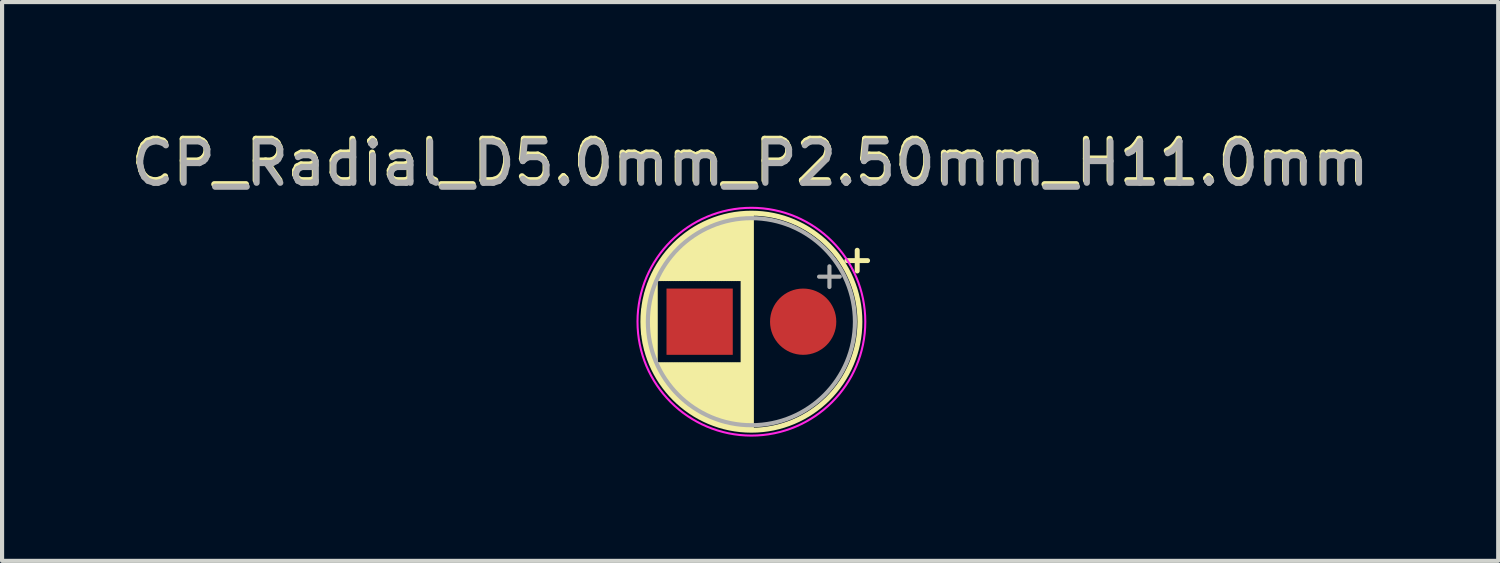
<source format=kicad_pcb>
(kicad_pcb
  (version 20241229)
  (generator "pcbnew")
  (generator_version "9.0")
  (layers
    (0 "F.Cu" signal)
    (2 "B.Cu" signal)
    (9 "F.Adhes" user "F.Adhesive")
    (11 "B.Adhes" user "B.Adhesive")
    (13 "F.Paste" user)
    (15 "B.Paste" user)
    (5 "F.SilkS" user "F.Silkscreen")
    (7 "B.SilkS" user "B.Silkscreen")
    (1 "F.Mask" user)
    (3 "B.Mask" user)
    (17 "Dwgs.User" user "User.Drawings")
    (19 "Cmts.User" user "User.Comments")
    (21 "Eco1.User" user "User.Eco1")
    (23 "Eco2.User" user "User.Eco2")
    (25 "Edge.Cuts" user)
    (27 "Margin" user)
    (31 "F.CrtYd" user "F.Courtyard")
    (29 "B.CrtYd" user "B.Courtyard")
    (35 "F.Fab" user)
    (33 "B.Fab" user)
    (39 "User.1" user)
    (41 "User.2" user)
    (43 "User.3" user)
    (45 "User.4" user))
  (footprint "CP_Radial_D5.0mm_P2.50mm_H11.0mm"
    (layer "F.Cu")
    (at 13.804 4.718)
    (property "Reference" "CP_Radial_D5.0mm_P2.50mm_H11.0mm" (at 1.25 -3.87 0) (layer "F.SilkS") (effects (font (size 1 1) (thickness 0.15))))
    (attr through_hole)
    (fp_line (start -1.311 -0.284) (end -1.311 0.284) (stroke (width 0.12) (type solid)) (layer "F.SilkS"))
    (fp_line (start -1.271 -0.518) (end -1.271 0.518) (stroke (width 0.12) (type solid)) (layer "F.SilkS"))
    (fp_line (start -1.231 -0.677) (end -1.231 0.677) (stroke (width 0.12) (type solid)) (layer "F.SilkS"))
    (fp_line (start -1.191 -0.805) (end -1.191 0.805) (stroke (width 0.12) (type solid)) (layer "F.SilkS"))
    (fp_line (start -1.151 -0.915) (end -1.151 0.915) (stroke (width 0.12) (type solid)) (layer "F.SilkS"))
    (fp_line (start -1.111 -1.011) (end -1.111 1.011) (stroke (width 0.12) (type solid)) (layer "F.SilkS"))
    (fp_line (start -1.071 -1.098) (end -1.071 1.098) (stroke (width 0.12) (type solid)) (layer "F.SilkS"))
    (fp_line (start -1.031 -1.178) (end -1.031 1.178) (stroke (width 0.12) (type solid)) (layer "F.SilkS"))
    (fp_line (start -0.991 -1.251) (end -0.991 -1.04) (stroke (width 0.12) (type solid)) (layer "F.SilkS"))
    (fp_line (start -0.991 1.04) (end -0.991 1.251) (stroke (width 0.12) (type solid)) (layer "F.SilkS"))
    (fp_line (start -0.951 -1.319) (end -0.951 -1.04) (stroke (width 0.12) (type solid)) (layer "F.SilkS"))
    (fp_line (start -0.951 1.04) (end -0.951 1.319) (stroke (width 0.12) (type solid)) (layer "F.SilkS"))
    (fp_line (start -0.911 -1.383) (end -0.911 -1.04) (stroke (width 0.12) (type solid)) (layer "F.SilkS"))
    (fp_line (start -0.911 1.04) (end -0.911 1.383) (stroke (width 0.12) (type solid)) (layer "F.SilkS"))
    (fp_line (start -0.871 -1.443) (end -0.871 -1.04) (stroke (width 0.12) (type solid)) (layer "F.SilkS"))
    (fp_line (start -0.871 1.04) (end -0.871 1.443) (stroke (width 0.12) (type solid)) (layer "F.SilkS"))
    (fp_line (start -0.831 -1.5) (end -0.831 -1.04) (stroke (width 0.12) (type solid)) (layer "F.SilkS"))
    (fp_line (start -0.831 1.04) (end -0.831 1.5) (stroke (width 0.12) (type solid)) (layer "F.SilkS"))
    (fp_line (start -0.791 -1.554) (end -0.791 -1.04) (stroke (width 0.12) (type solid)) (layer "F.SilkS"))
    (fp_line (start -0.791 1.04) (end -0.791 1.554) (stroke (width 0.12) (type solid)) (layer "F.SilkS"))
    (fp_line (start -0.751 -1.605) (end -0.751 -1.04) (stroke (width 0.12) (type solid)) (layer "F.SilkS"))
    (fp_line (start -0.751 1.04) (end -0.751 1.605) (stroke (width 0.12) (type solid)) (layer "F.SilkS"))
    (fp_line (start -0.711 -1.653) (end -0.711 -1.04) (stroke (width 0.12) (type solid)) (layer "F.SilkS"))
    (fp_line (start -0.711 1.04) (end -0.711 1.653) (stroke (width 0.12) (type solid)) (layer "F.SilkS"))
    (fp_line (start -0.671 -1.699) (end -0.671 -1.04) (stroke (width 0.12) (type solid)) (layer "F.SilkS"))
    (fp_line (start -0.671 1.04) (end -0.671 1.699) (stroke (width 0.12) (type solid)) (layer "F.SilkS"))
    (fp_line (start -0.631 -1.743) (end -0.631 -1.04) (stroke (width 0.12) (type solid)) (layer "F.SilkS"))
    (fp_line (start -0.631 1.04) (end -0.631 1.743) (stroke (width 0.12) (type solid)) (layer "F.SilkS"))
    (fp_line (start -0.591 -1.785) (end -0.591 -1.04) (stroke (width 0.12) (type solid)) (layer "F.SilkS"))
    (fp_line (start -0.591 1.04) (end -0.591 1.785) (stroke (width 0.12) (type solid)) (layer "F.SilkS"))
    (fp_line (start -0.551 -1.826) (end -0.551 -1.04) (stroke (width 0.12) (type solid)) (layer "F.SilkS"))
    (fp_line (start -0.551 1.04) (end -0.551 1.826) (stroke (width 0.12) (type solid)) (layer "F.SilkS"))
    (fp_line (start -0.511 -1.864) (end -0.511 -1.04) (stroke (width 0.12) (type solid)) (layer "F.SilkS"))
    (fp_line (start -0.511 1.04) (end -0.511 1.864) (stroke (width 0.12) (type solid)) (layer "F.SilkS"))
    (fp_line (start -0.471 -1.901) (end -0.471 -1.04) (stroke (width 0.12) (type solid)) (layer "F.SilkS"))
    (fp_line (start -0.471 1.04) (end -0.471 1.901) (stroke (width 0.12) (type solid)) (layer "F.SilkS"))
    (fp_line (start -0.431 -1.937) (end -0.431 -1.04) (stroke (width 0.12) (type solid)) (layer "F.SilkS"))
    (fp_line (start -0.431 1.04) (end -0.431 1.937) (stroke (width 0.12) (type solid)) (layer "F.SilkS"))
    (fp_line (start -0.391 -1.971) (end -0.391 -1.04) (stroke (width 0.12) (type solid)) (layer "F.SilkS"))
    (fp_line (start -0.391 1.04) (end -0.391 1.971) (stroke (width 0.12) (type solid)) (layer "F.SilkS"))
    (fp_line (start -0.351 -2.004) (end -0.351 -1.04) (stroke (width 0.12) (type solid)) (layer "F.SilkS"))
    (fp_line (start -0.351 1.04) (end -0.351 2.004) (stroke (width 0.12) (type solid)) (layer "F.SilkS"))
    (fp_line (start -0.311 -2.035) (end -0.311 -1.04) (stroke (width 0.12) (type solid)) (layer "F.SilkS"))
    (fp_line (start -0.311 1.04) (end -0.311 2.035) (stroke (width 0.12) (type solid)) (layer "F.SilkS"))
    (fp_line (start -0.271 -2.065) (end -0.271 -1.04) (stroke (width 0.12) (type solid)) (layer "F.SilkS"))
    (fp_line (start -0.271 1.04) (end -0.271 2.065) (stroke (width 0.12) (type solid)) (layer "F.SilkS"))
    (fp_line (start -0.231 -2.095) (end -0.231 -1.04) (stroke (width 0.12) (type solid)) (layer "F.SilkS"))
    (fp_line (start -0.231 1.04) (end -0.231 2.095) (stroke (width 0.12) (type solid)) (layer "F.SilkS"))
    (fp_line (start -0.191 -2.122) (end -0.191 -1.04) (stroke (width 0.12) (type solid)) (layer "F.SilkS"))
    (fp_line (start -0.191 1.04) (end -0.191 2.122) (stroke (width 0.12) (type solid)) (layer "F.SilkS"))
    (fp_line (start -0.151 -2.149) (end -0.151 -1.04) (stroke (width 0.12) (type solid)) (layer "F.SilkS"))
    (fp_line (start -0.151 1.04) (end -0.151 2.149) (stroke (width 0.12) (type solid)) (layer "F.SilkS"))
    (fp_line (start -0.111 -2.175) (end -0.111 -1.04) (stroke (width 0.12) (type solid)) (layer "F.SilkS"))
    (fp_line (start -0.111 1.04) (end -0.111 2.175) (stroke (width 0.12) (type solid)) (layer "F.SilkS"))
    (fp_line (start -0.071 -2.2) (end -0.071 -1.04) (stroke (width 0.12) (type solid)) (layer "F.SilkS"))
    (fp_line (start -0.071 1.04) (end -0.071 2.2) (stroke (width 0.12) (type solid)) (layer "F.SilkS"))
    (fp_line (start -0.031 -2.224) (end -0.031 -1.04) (stroke (width 0.12) (type solid)) (layer "F.SilkS"))
    (fp_line (start -0.031 1.04) (end -0.031 2.224) (stroke (width 0.12) (type solid)) (layer "F.SilkS"))
    (fp_line (start 0.009 -2.247) (end 0.009 -1.04) (stroke (width 0.12) (type solid)) (layer "F.SilkS"))
    (fp_line (start 0.009 1.04) (end 0.009 2.247) (stroke (width 0.12) (type solid)) (layer "F.SilkS"))
    (fp_line (start 0.049 -2.268) (end 0.049 -1.04) (stroke (width 0.12) (type solid)) (layer "F.SilkS"))
    (fp_line (start 0.049 1.04) (end 0.049 2.268) (stroke (width 0.12) (type solid)) (layer "F.SilkS"))
    (fp_line (start 0.089 -2.29) (end 0.089 -1.04) (stroke (width 0.12) (type solid)) (layer "F.SilkS"))
    (fp_line (start 0.089 1.04) (end 0.089 2.29) (stroke (width 0.12) (type solid)) (layer "F.SilkS"))
    (fp_line (start 0.129 -2.31) (end 0.129 -1.04) (stroke (width 0.12) (type solid)) (layer "F.SilkS"))
    (fp_line (start 0.129 1.04) (end 0.129 2.31) (stroke (width 0.12) (type solid)) (layer "F.SilkS"))
    (fp_line (start 0.169 -2.329) (end 0.169 -1.04) (stroke (width 0.12) (type solid)) (layer "F.SilkS"))
    (fp_line (start 0.169 1.04) (end 0.169 2.329) (stroke (width 0.12) (type solid)) (layer "F.SilkS"))
    (fp_line (start 0.209 -2.348) (end 0.209 -1.04) (stroke (width 0.12) (type solid)) (layer "F.SilkS"))
    (fp_line (start 0.209 1.04) (end 0.209 2.348) (stroke (width 0.12) (type solid)) (layer "F.SilkS"))
    (fp_line (start 0.249 -2.365) (end 0.249 -1.04) (stroke (width 0.12) (type solid)) (layer "F.SilkS"))
    (fp_line (start 0.249 1.04) (end 0.249 2.365) (stroke (width 0.12) (type solid)) (layer "F.SilkS"))
    (fp_line (start 0.289 -2.382) (end 0.289 -1.04) (stroke (width 0.12) (type solid)) (layer "F.SilkS"))
    (fp_line (start 0.289 1.04) (end 0.289 2.382) (stroke (width 0.12) (type solid)) (layer "F.SilkS"))
    (fp_line (start 0.329 -2.398) (end 0.329 -1.04) (stroke (width 0.12) (type solid)) (layer "F.SilkS"))
    (fp_line (start 0.329 1.04) (end 0.329 2.398) (stroke (width 0.12) (type solid)) (layer "F.SilkS"))
    (fp_line (start 0.369 -2.414) (end 0.369 -1.04) (stroke (width 0.12) (type solid)) (layer "F.SilkS"))
    (fp_line (start 0.369 1.04) (end 0.369 2.414) (stroke (width 0.12) (type solid)) (layer "F.SilkS"))
    (fp_line (start 0.409 -2.428) (end 0.409 -1.04) (stroke (width 0.12) (type solid)) (layer "F.SilkS"))
    (fp_line (start 0.409 1.04) (end 0.409 2.428) (stroke (width 0.12) (type solid)) (layer "F.SilkS"))
    (fp_line (start 0.449 -2.442) (end 0.449 -1.04) (stroke (width 0.12) (type solid)) (layer "F.SilkS"))
    (fp_line (start 0.449 1.04) (end 0.449 2.442) (stroke (width 0.12) (type solid)) (layer "F.SilkS"))
    (fp_line (start 0.489 -2.455) (end 0.489 -1.04) (stroke (width 0.12) (type solid)) (layer "F.SilkS"))
    (fp_line (start 0.489 1.04) (end 0.489 2.455) (stroke (width 0.12) (type solid)) (layer "F.SilkS"))
    (fp_line (start 0.529 -2.468) (end 0.529 -1.04) (stroke (width 0.12) (type solid)) (layer "F.SilkS"))
    (fp_line (start 0.529 1.04) (end 0.529 2.468) (stroke (width 0.12) (type solid)) (layer "F.SilkS"))
    (fp_line (start 0.569 -2.48) (end 0.569 -1.04) (stroke (width 0.12) (type solid)) (layer "F.SilkS"))
    (fp_line (start 0.569 1.04) (end 0.569 2.48) (stroke (width 0.12) (type solid)) (layer "F.SilkS"))
    (fp_line (start 0.61 -2.491) (end 0.61 -1.04) (stroke (width 0.12) (type solid)) (layer "F.SilkS"))
    (fp_line (start 0.61 1.04) (end 0.61 2.491) (stroke (width 0.12) (type solid)) (layer "F.SilkS"))
    (fp_line (start 0.65 -2.501) (end 0.65 -1.04) (stroke (width 0.12) (type solid)) (layer "F.SilkS"))
    (fp_line (start 0.65 1.04) (end 0.65 2.501) (stroke (width 0.12) (type solid)) (layer "F.SilkS"))
    (fp_line (start 0.69 -2.511) (end 0.69 -1.04) (stroke (width 0.12) (type solid)) (layer "F.SilkS"))
    (fp_line (start 0.69 1.04) (end 0.69 2.511) (stroke (width 0.12) (type solid)) (layer "F.SilkS"))
    (fp_line (start 0.73 -2.52) (end 0.73 -1.04) (stroke (width 0.12) (type solid)) (layer "F.SilkS"))
    (fp_line (start 0.73 1.04) (end 0.73 2.52) (stroke (width 0.12) (type solid)) (layer "F.SilkS"))
    (fp_line (start 0.77 -2.528) (end 0.77 -1.04) (stroke (width 0.12) (type solid)) (layer "F.SilkS"))
    (fp_line (start 0.77 1.04) (end 0.77 2.528) (stroke (width 0.12) (type solid)) (layer "F.SilkS"))
    (fp_line (start 0.81 -2.536) (end 0.81 -1.04) (stroke (width 0.12) (type solid)) (layer "F.SilkS"))
    (fp_line (start 0.81 1.04) (end 0.81 2.536) (stroke (width 0.12) (type solid)) (layer "F.SilkS"))
    (fp_line (start 0.85 -2.543) (end 0.85 -1.04) (stroke (width 0.12) (type solid)) (layer "F.SilkS"))
    (fp_line (start 0.85 1.04) (end 0.85 2.543) (stroke (width 0.12) (type solid)) (layer "F.SilkS"))
    (fp_line (start 0.89 -2.55) (end 0.89 -1.04) (stroke (width 0.12) (type solid)) (layer "F.SilkS"))
    (fp_line (start 0.89 1.04) (end 0.89 2.55) (stroke (width 0.12) (type solid)) (layer "F.SilkS"))
    (fp_line (start 0.93 -2.556) (end 0.93 -1.04) (stroke (width 0.12) (type solid)) (layer "F.SilkS"))
    (fp_line (start 0.93 1.04) (end 0.93 2.556) (stroke (width 0.12) (type solid)) (layer "F.SilkS"))
    (fp_line (start 0.97 -2.561) (end 0.97 -1.04) (stroke (width 0.12) (type solid)) (layer "F.SilkS"))
    (fp_line (start 0.97 1.04) (end 0.97 2.561) (stroke (width 0.12) (type solid)) (layer "F.SilkS"))
    (fp_line (start 1.01 -2.565) (end 1.01 -1.04) (stroke (width 0.12) (type solid)) (layer "F.SilkS"))
    (fp_line (start 1.01 1.04) (end 1.01 2.565) (stroke (width 0.12) (type solid)) (layer "F.SilkS"))
    (fp_line (start 1.05 -2.569) (end 1.05 -1.04) (stroke (width 0.12) (type solid)) (layer "F.SilkS"))
    (fp_line (start 1.05 1.04) (end 1.05 2.569) (stroke (width 0.12) (type solid)) (layer "F.SilkS"))
    (fp_line (start 1.09 -2.573) (end 1.09 2.573) (stroke (width 0.12) (type solid)) (layer "F.SilkS"))
    (fp_line (start 1.13 -2.576) (end 1.13 2.576) (stroke (width 0.12) (type solid)) (layer "F.SilkS"))
    (fp_line (start 1.17 -2.578) (end 1.17 2.578) (stroke (width 0.12) (type solid)) (layer "F.SilkS"))
    (fp_line (start 1.21 -2.579) (end 1.21 2.579) (stroke (width 0.12) (type solid)) (layer "F.SilkS"))
    (fp_line (start 1.25 -2.58) (end 1.25 2.58) (stroke (width 0.12) (type solid)) (layer "F.SilkS"))
    (fp_line (start 1.29 -2.58) (end 1.29 2.58) (stroke (width 0.12) (type solid)) (layer "F.SilkS"))
    (fp_line (start 3.845 -1.725) (end 3.845 -1.225) (stroke (width 0.12) (type solid)) (layer "F.SilkS"))
    (fp_line (start 4.095 -1.475) (end 3.595 -1.475) (stroke (width 0.12) (type solid)) (layer "F.SilkS"))
    (fp_circle (center 1.29 0) (end -1.33 0) (stroke (width 0.12) (type solid)) (fill no) (layer "F.SilkS"))
    (fp_circle (center 1.29 0) (end -1.46 0) (stroke (width 0.05) (type solid)) (fill no) (layer "F.CrtYd"))
    (fp_line (start 3.174 -1.337) (end 3.174 -0.838) (stroke (width 0.1) (type solid)) (layer "F.Fab"))
    (fp_line (start 3.424 -1.087) (end 2.924 -1.087) (stroke (width 0.1) (type solid)) (layer "F.Fab"))
    (fp_circle (center 1.29 0) (end -1.21 0) (stroke (width 0.1) (type solid)) (fill no) (layer "F.Fab"))
    (fp_text user "${REFERENCE}" (at 1.27 -3.81 0) (layer "F.Fab") (effects (font (size 1 1) (thickness 0.15))))
    (pad "1" smd rect (at 0.04 0) (size 1.6 1.6) (layers "F.Cu" "F.Mask" "F.Paste"))
    (pad "2" smd circle (at 2.54 0) (size 1.6 1.6) (layers "F.Cu" "F.Mask" "F.Paste")))
  (gr_rect
    (start -3 -3)
    (end 33.127 10.493)
    (stroke (width 0.1) (type default))
    (fill no)
    (layer "Edge.Cuts")))
</source>
